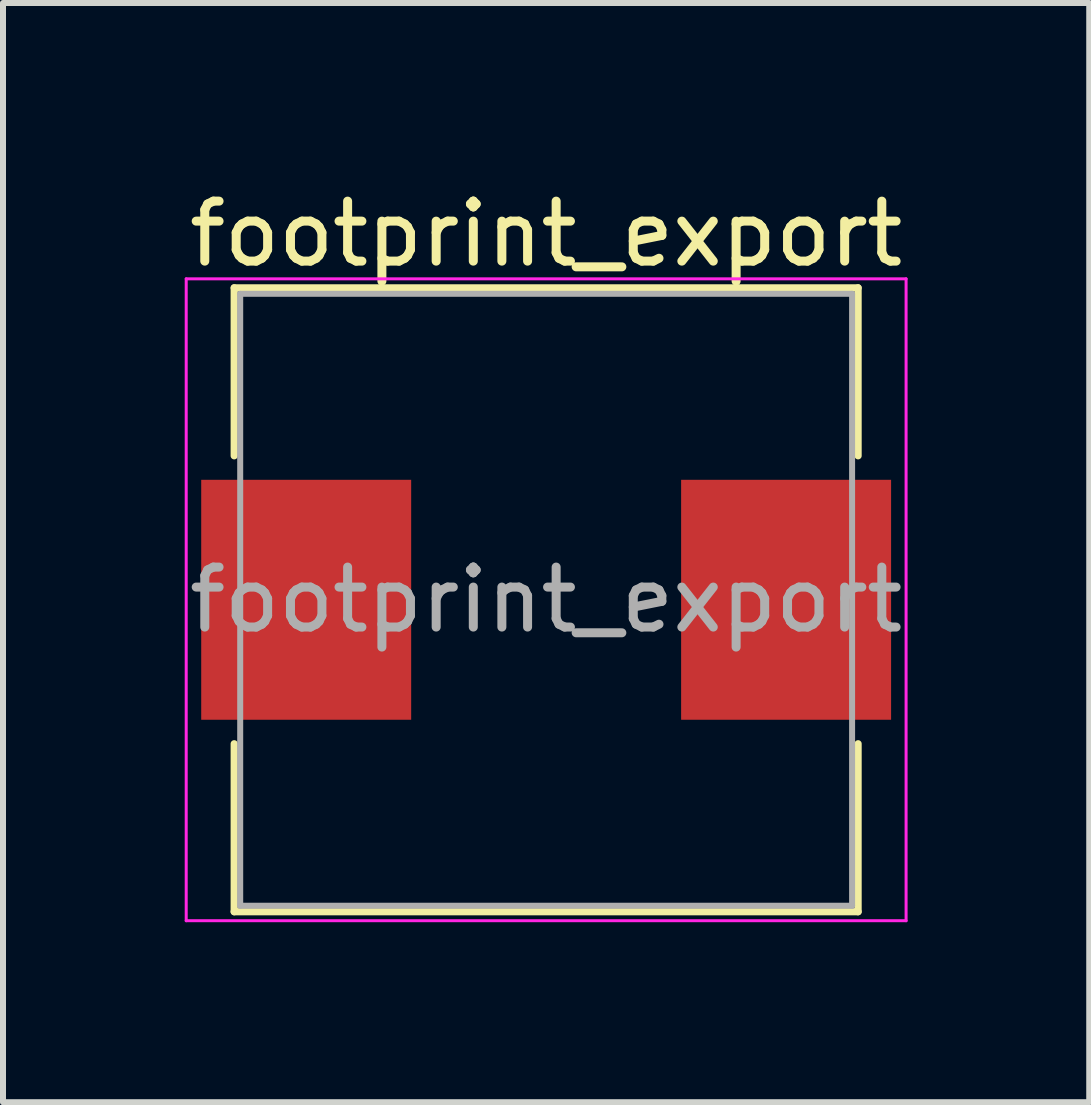
<source format=kicad_pcb>
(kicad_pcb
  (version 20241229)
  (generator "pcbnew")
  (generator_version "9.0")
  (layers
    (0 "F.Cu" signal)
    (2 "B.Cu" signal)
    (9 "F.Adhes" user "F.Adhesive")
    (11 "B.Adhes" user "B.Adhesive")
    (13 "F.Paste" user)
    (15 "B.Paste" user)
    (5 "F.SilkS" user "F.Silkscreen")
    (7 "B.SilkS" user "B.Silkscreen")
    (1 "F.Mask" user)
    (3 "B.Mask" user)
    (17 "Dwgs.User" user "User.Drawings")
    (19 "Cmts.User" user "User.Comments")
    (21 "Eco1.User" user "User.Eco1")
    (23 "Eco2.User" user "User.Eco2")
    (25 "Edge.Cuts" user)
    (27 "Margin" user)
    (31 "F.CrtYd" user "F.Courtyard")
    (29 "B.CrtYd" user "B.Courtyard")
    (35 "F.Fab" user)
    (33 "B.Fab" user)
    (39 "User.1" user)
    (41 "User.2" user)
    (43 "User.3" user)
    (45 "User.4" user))
  (footprint "footprint_export"
    (layer "F.Cu")
    (at 6.054 6.948)
    (property "Reference" "footprint_export" (at 0 -6.1 0) (layer "F.SilkS") (effects (font (size 1 1) (thickness 0.15))))
    (attr smd)
    (fp_line (start -5.2 -5.2) (end 5.2 -5.2) (stroke (width 0.12) (type solid)) (layer "F.SilkS"))
    (fp_line (start -5.2 -2.4) (end -5.2 -5.2) (stroke (width 0.12) (type solid)) (layer "F.SilkS"))
    (fp_line (start -5.2 2.4) (end -5.2 5.2) (stroke (width 0.12) (type solid)) (layer "F.SilkS"))
    (fp_line (start -5.2 5.2) (end 5.2 5.2) (stroke (width 0.12) (type solid)) (layer "F.SilkS"))
    (fp_line (start 5.2 -5.2) (end 5.2 -2.4) (stroke (width 0.12) (type solid)) (layer "F.SilkS"))
    (fp_line (start 5.2 5.2) (end 5.2 2.4) (stroke (width 0.12) (type solid)) (layer "F.SilkS"))
    (fp_line (start -6 -5.35) (end -6 5.35) (stroke (width 0.05) (type solid)) (layer "F.CrtYd"))
    (fp_line (start -6 5.35) (end 6 5.35) (stroke (width 0.05) (type solid)) (layer "F.CrtYd"))
    (fp_line (start 6 -5.35) (end -6 -5.35) (stroke (width 0.05) (type solid)) (layer "F.CrtYd"))
    (fp_line (start 6 5.35) (end 6 -5.35) (stroke (width 0.05) (type solid)) (layer "F.CrtYd"))
    (fp_line (start -5.1 -5.1) (end -5.1 5.1) (stroke (width 0.1) (type solid)) (layer "F.Fab"))
    (fp_line (start -5.1 5.1) (end 5.1 5.1) (stroke (width 0.1) (type solid)) (layer "F.Fab"))
    (fp_line (start 5.1 -5.1) (end -5.1 -5.1) (stroke (width 0.1) (type solid)) (layer "F.Fab"))
    (fp_line (start 5.1 5.1) (end 5.1 -5.1) (stroke (width 0.1) (type solid)) (layer "F.Fab"))
    (fp_text user "${REFERENCE}" (at 0 0 0) (layer "F.Fab") (effects (font (size 1 1) (thickness 0.15))))
    (pad "1" smd rect (at -4 0) (size 3.5 4) (layers "F.Cu" "F.Mask" "F.Paste"))
    (pad "2" smd rect (at 4 0) (size 3.5 4) (layers "F.Cu" "F.Mask" "F.Paste")))
  (gr_rect
    (start -3 -3)
    (end 15.107 15.323)
    (stroke (width 0.1) (type default))
    (fill no)
    (layer "Edge.Cuts")))
</source>
